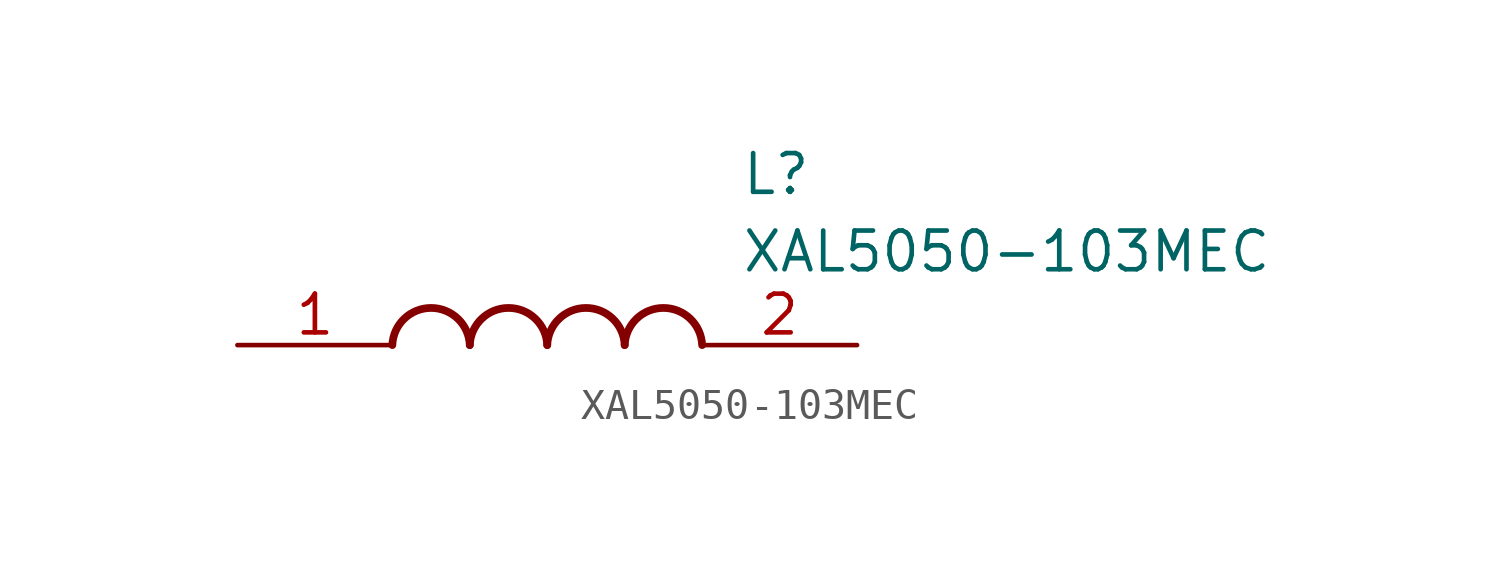
<source format=kicad_sym>
(kicad_symbol_lib
  (version 20220914)
  (generator SamacSys_ECAD_Model)
  (symbol "XAL5050-103MEC"
    (pin_names hide)
    (property "Reference" "L"
      (at 16.51 6.35 0)
      (effects (font (size 1.27 1.27)) (justify left top)))
    (property "Value" "XAL5050-103MEC"
      (at 16.51 3.81 0)
      (effects (font (size 1.27 1.27)) (justify left top)))
    (arc
      (start 7.62 0)
      (mid 6.35 1.219)
      (end 5.08 0)
      (stroke (width 0.254) (type default))
      (fill (type none)))
    (arc
      (start 10.16 0)
      (mid 8.89 1.219)
      (end 7.62 0)
      (stroke (width 0.254) (type default))
      (fill (type none)))
    (arc
      (start 12.7 0)
      (mid 11.43 1.219)
      (end 10.16 0)
      (stroke (width 0.254) (type default))
      (fill (type none)))
    (arc
      (start 15.24 0)
      (mid 13.97 1.219)
      (end 12.7 0)
      (stroke (width 0.254) (type default))
      (fill (type none)))
    (pin passive line
      (at 0 0 0)
      (length 5.08)
      (name "1" (effects (font (size 1.27 1.27))))
      (number "1" (effects (font (size 1.27 1.27)))))
    (pin passive line
      (at 20.32 0 180)
      (length 5.08)
      (name "2" (effects (font (size 1.27 1.27))))
      (number "2" (effects (font (size 1.27 1.27)))))))
</source>
